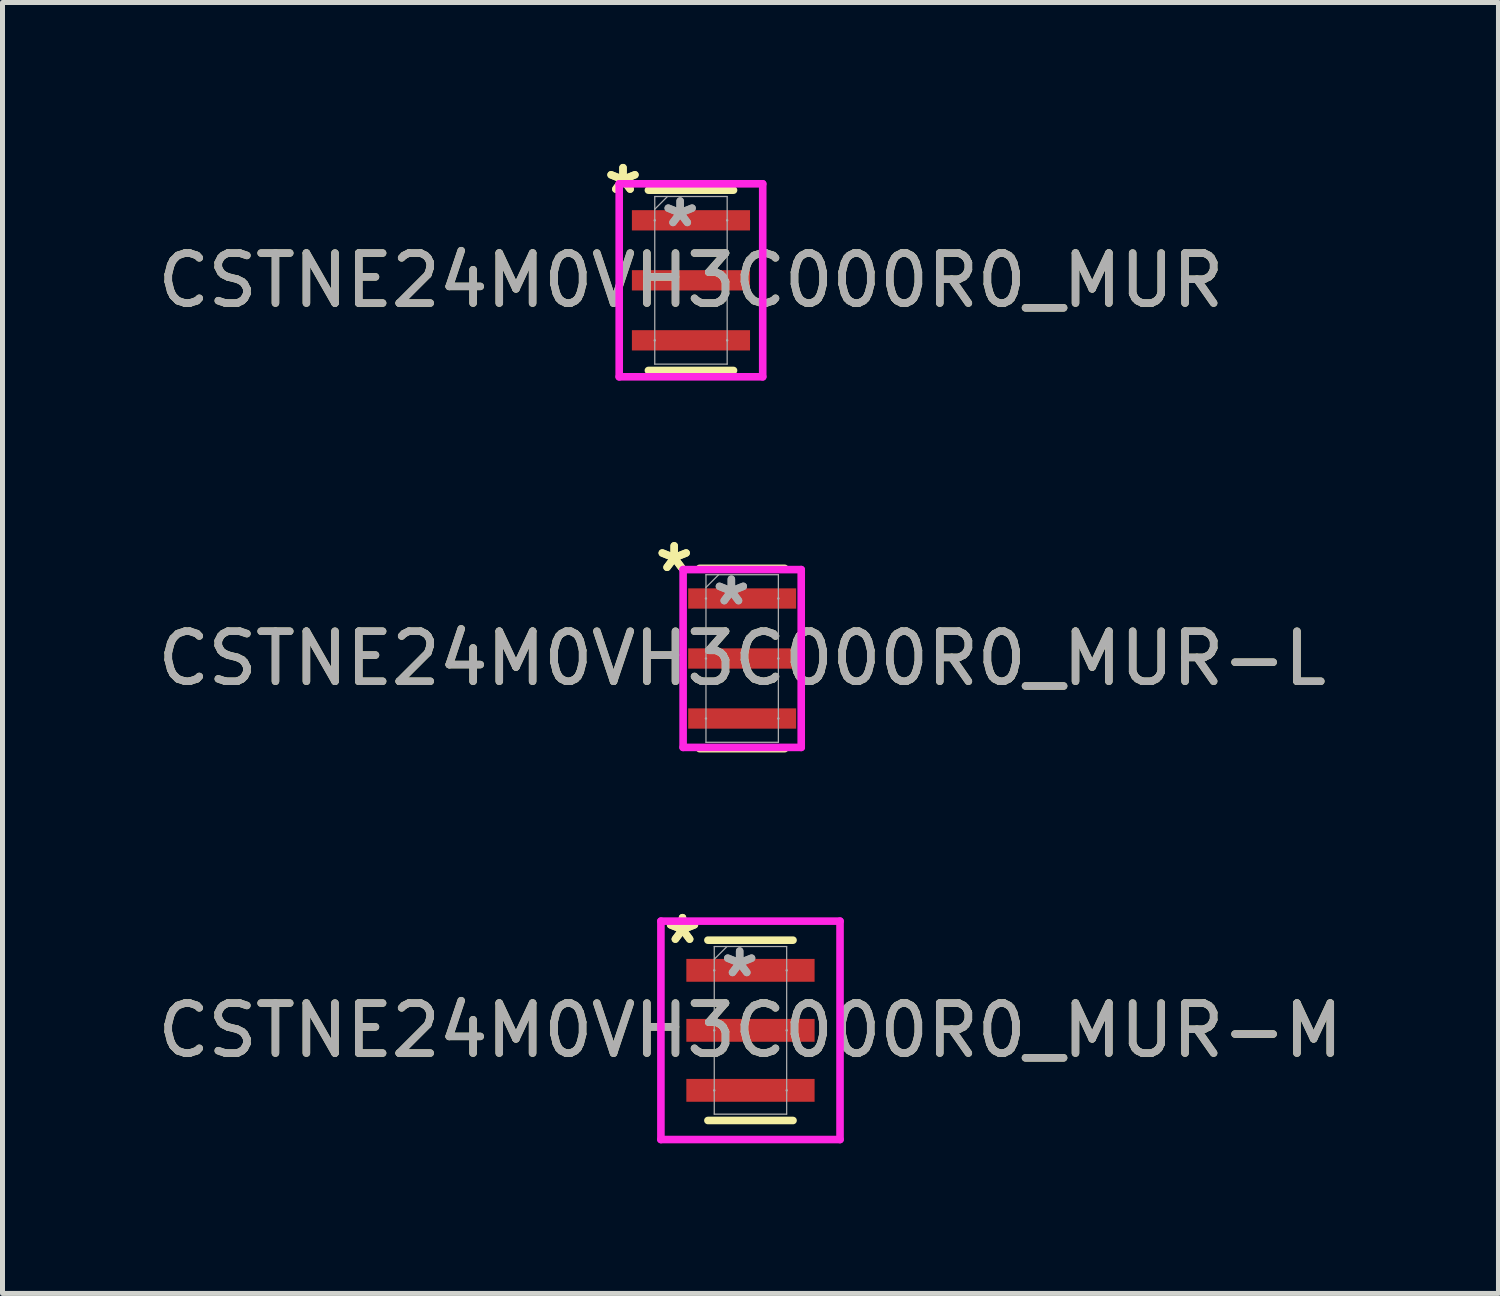
<source format=kicad_pcb>
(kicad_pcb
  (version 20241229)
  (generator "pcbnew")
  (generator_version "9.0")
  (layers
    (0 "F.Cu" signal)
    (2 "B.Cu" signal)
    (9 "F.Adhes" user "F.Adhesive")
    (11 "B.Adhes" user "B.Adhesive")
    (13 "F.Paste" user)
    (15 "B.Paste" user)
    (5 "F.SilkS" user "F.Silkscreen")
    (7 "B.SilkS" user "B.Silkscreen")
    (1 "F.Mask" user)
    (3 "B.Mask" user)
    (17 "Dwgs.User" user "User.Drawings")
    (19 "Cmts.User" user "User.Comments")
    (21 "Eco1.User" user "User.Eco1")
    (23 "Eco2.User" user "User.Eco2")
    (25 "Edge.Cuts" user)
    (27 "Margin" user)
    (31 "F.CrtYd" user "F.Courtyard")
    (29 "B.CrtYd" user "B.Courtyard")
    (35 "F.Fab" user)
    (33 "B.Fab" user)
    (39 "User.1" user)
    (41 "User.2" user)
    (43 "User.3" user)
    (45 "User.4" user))
  (footprint "CSTNE24M0VH3C000R0_MUR-L"
    (layer "F.Cu")
    (at 11.792 10.119)
    (property "Reference" "CSTNE24M0VH3C000R0_MUR-L" (at 0 0 0) (unlocked yes) (layer "F.SilkS") (effects (font (size 1 1) (thickness 0.15))))
    (attr smd)
    (fp_line (start -0.851 -1.803) (end 0.851 -1.803) (stroke (width 0.152) (type solid)) (layer "F.SilkS"))
    (fp_line (start -0.851 1.803) (end 0.851 1.803) (stroke (width 0.152) (type solid)) (layer "F.SilkS"))
    (fp_line (start -1.181 -1.778) (end 1.181 -1.778) (stroke (width 0.152) (type solid)) (layer "F.CrtYd"))
    (fp_line (start -1.181 1.778) (end -1.181 -1.778) (stroke (width 0.152) (type solid)) (layer "F.CrtYd"))
    (fp_line (start 1.181 -1.778) (end 1.181 1.778) (stroke (width 0.152) (type solid)) (layer "F.CrtYd"))
    (fp_line (start 1.181 1.778) (end -1.181 1.778) (stroke (width 0.152) (type solid)) (layer "F.CrtYd"))
    (fp_line (start -0.724 -1.676) (end 0.724 -1.676) (stroke (width 0.025) (type solid)) (layer "F.Fab"))
    (fp_line (start -0.724 -1.2) (end -0.724 -1.676) (stroke (width 0.025) (type solid)) (layer "F.Fab"))
    (fp_line (start -0.724 -1.2) (end -0.724 0) (stroke (width 0.025) (type solid)) (layer "F.Fab"))
    (fp_line (start -0.724 0) (end -0.724 1.2) (stroke (width 0.025) (type solid)) (layer "F.Fab"))
    (fp_line (start -0.724 1.2) (end -0.724 1.676) (stroke (width 0.025) (type solid)) (layer "F.Fab"))
    (fp_line (start -0.724 1.676) (end 0.724 1.676) (stroke (width 0.025) (type solid)) (layer "F.Fab"))
    (fp_line (start -0.47 -1.676) (end -0.724 -1.422) (stroke (width 0.025) (type solid)) (layer "F.Fab"))
    (fp_line (start 0.724 -1.2) (end 0.724 -1.676) (stroke (width 0.025) (type solid)) (layer "F.Fab"))
    (fp_line (start 0.724 -1.2) (end 0.724 0) (stroke (width 0.025) (type solid)) (layer "F.Fab"))
    (fp_line (start 0.724 0) (end 0.724 1.2) (stroke (width 0.025) (type solid)) (layer "F.Fab"))
    (fp_line (start 0.724 1.2) (end 0.724 1.676) (stroke (width 0.025) (type solid)) (layer "F.Fab"))
    (fp_arc (start -0.7239 -1.2) (mid -0.7239 -1.2) (end -0.7239 -1.2) (stroke (width 0.0254) (type solid)) (layer "F.Fab"))
    (fp_arc (start -0.7239 0) (mid -0.7239 0) (end -0.7239 0) (stroke (width 0.0254) (type solid)) (layer "F.Fab"))
    (fp_arc (start -0.7239 1.2) (mid -0.7239 1.2) (end -0.7239 1.2) (stroke (width 0.0254) (type solid)) (layer "F.Fab"))
    (fp_arc (start 0.7239 -1.2) (mid 0.7239 -1.2) (end 0.7239 -1.2) (stroke (width 0.0254) (type solid)) (layer "F.Fab"))
    (fp_arc (start 0.7239 0) (mid 0.7239 0) (end 0.7239 0) (stroke (width 0.0254) (type solid)) (layer "F.Fab"))
    (fp_arc (start 0.7239 1.2) (mid 0.7239 1.2) (end 0.7239 1.2) (stroke (width 0.0254) (type solid)) (layer "F.Fab"))
    (fp_text user "*" (at -1.359 -1.708 0) (unlocked yes) (layer "F.SilkS") (effects (font (size 1 1) (thickness 0.15))))
    (fp_text user "*" (at -1.359 -1.708 0) (layer "F.SilkS") (effects (font (size 1 1) (thickness 0.15))))
    (fp_text user "${REFERENCE}" (at 0 0 0) (unlocked yes) (layer "F.Fab") (effects (font (size 1 1) (thickness 0.15))))
    (fp_text user "*" (at -0.216 -1.041 0) (layer "F.Fab") (effects (font (size 1 1) (thickness 0.15))))
    (fp_text user "*" (at -0.216 -1.041 0) (unlocked yes) (layer "F.Fab") (effects (font (size 1 1) (thickness 0.15))))
    (pad "1" smd rect (at 0 -1.2) (size 2.159 0.406) (layers "F.Cu" "F.Mask" "F.Paste"))
    (pad "2" smd rect (at 0 0) (size 2.159 0.406) (layers "F.Cu" "F.Mask" "F.Paste"))
    (pad "3" smd rect (at 0 1.2) (size 2.159 0.406) (layers "F.Cu" "F.Mask" "F.Paste")))
  (footprint "CSTNE24M0VH3C000R0_MUR-M"
    (layer "F.Cu")
    (at 11.958 17.555)
    (property "Reference" "CSTNE24M0VH3C000R0_MUR-M" (at 0 0 0) (unlocked yes) (layer "F.SilkS") (effects (font (size 1 1) (thickness 0.15))))
    (attr smd)
    (fp_line (start -0.851 -1.803) (end 0.851 -1.803) (stroke (width 0.152) (type solid)) (layer "F.SilkS"))
    (fp_line (start -0.851 1.803) (end 0.851 1.803) (stroke (width 0.152) (type solid)) (layer "F.SilkS"))
    (fp_line (start -1.791 -2.184) (end 1.791 -2.184) (stroke (width 0.152) (type solid)) (layer "F.CrtYd"))
    (fp_line (start -1.791 2.184) (end -1.791 -2.184) (stroke (width 0.152) (type solid)) (layer "F.CrtYd"))
    (fp_line (start 1.791 -2.184) (end 1.791 2.184) (stroke (width 0.152) (type solid)) (layer "F.CrtYd"))
    (fp_line (start 1.791 2.184) (end -1.791 2.184) (stroke (width 0.152) (type solid)) (layer "F.CrtYd"))
    (fp_line (start -0.724 -1.676) (end 0.724 -1.676) (stroke (width 0.025) (type solid)) (layer "F.Fab"))
    (fp_line (start -0.724 -1.2) (end -0.724 -1.676) (stroke (width 0.025) (type solid)) (layer "F.Fab"))
    (fp_line (start -0.724 -1.2) (end -0.724 0) (stroke (width 0.025) (type solid)) (layer "F.Fab"))
    (fp_line (start -0.724 0) (end -0.724 1.2) (stroke (width 0.025) (type solid)) (layer "F.Fab"))
    (fp_line (start -0.724 1.2) (end -0.724 1.676) (stroke (width 0.025) (type solid)) (layer "F.Fab"))
    (fp_line (start -0.724 1.676) (end 0.724 1.676) (stroke (width 0.025) (type solid)) (layer "F.Fab"))
    (fp_line (start -0.47 -1.676) (end -0.724 -1.422) (stroke (width 0.025) (type solid)) (layer "F.Fab"))
    (fp_line (start 0.724 -1.2) (end 0.724 -1.676) (stroke (width 0.025) (type solid)) (layer "F.Fab"))
    (fp_line (start 0.724 -1.2) (end 0.724 0) (stroke (width 0.025) (type solid)) (layer "F.Fab"))
    (fp_line (start 0.724 0) (end 0.724 1.2) (stroke (width 0.025) (type solid)) (layer "F.Fab"))
    (fp_line (start 0.724 1.2) (end 0.724 1.676) (stroke (width 0.025) (type solid)) (layer "F.Fab"))
    (fp_arc (start -0.7239 -1.2) (mid -0.7239 -1.2) (end -0.7239 -1.2) (stroke (width 0.0254) (type solid)) (layer "F.Fab"))
    (fp_arc (start -0.7239 0) (mid -0.7239 0) (end -0.7239 0) (stroke (width 0.0254) (type solid)) (layer "F.Fab"))
    (fp_arc (start -0.7239 1.2) (mid -0.7239 1.2) (end -0.7239 1.2) (stroke (width 0.0254) (type solid)) (layer "F.Fab"))
    (fp_arc (start 0.7239 -1.2) (mid 0.7239 -1.2) (end 0.7239 -1.2) (stroke (width 0.0254) (type solid)) (layer "F.Fab"))
    (fp_arc (start 0.7239 0) (mid 0.7239 0) (end 0.7239 0) (stroke (width 0.0254) (type solid)) (layer "F.Fab"))
    (fp_arc (start 0.7239 1.2) (mid 0.7239 1.2) (end 0.7239 1.2) (stroke (width 0.0254) (type solid)) (layer "F.Fab"))
    (fp_text user "*" (at -1.359 -1.708 0) (layer "F.SilkS") (effects (font (size 1 1) (thickness 0.15))))
    (fp_text user "*" (at -1.359 -1.708 0) (unlocked yes) (layer "F.SilkS") (effects (font (size 1 1) (thickness 0.15))))
    (fp_text user "*" (at -0.216 -1.041 0) (unlocked yes) (layer "F.Fab") (effects (font (size 1 1) (thickness 0.15))))
    (fp_text user "${REFERENCE}" (at 0 0 0) (unlocked yes) (layer "F.Fab") (effects (font (size 1 1) (thickness 0.15))))
    (fp_text user "*" (at -0.216 -1.041 0) (layer "F.Fab") (effects (font (size 1 1) (thickness 0.15))))
    (pad "1" smd rect (at 0 -1.2) (size 2.565 0.457) (layers "F.Cu" "F.Mask" "F.Paste"))
    (pad "2" smd rect (at 0 0) (size 2.565 0.457) (layers "F.Cu" "F.Mask" "F.Paste"))
    (pad "3" smd rect (at 0 1.2) (size 2.565 0.457) (layers "F.Cu" "F.Mask" "F.Paste")))
  (footprint "CSTNE24M0VH3C000R0_MUR"
    (layer "F.Cu")
    (at 10.768 2.556)
    (property "Reference" "CSTNE24M0VH3C000R0_MUR" (at 0 0 0) (unlocked yes) (layer "F.SilkS") (effects (font (size 1 1) (thickness 0.15))))
    (attr smd)
    (fp_line (start -0.851 -1.803) (end 0.851 -1.803) (stroke (width 0.152) (type solid)) (layer "F.SilkS"))
    (fp_line (start -0.851 1.803) (end 0.851 1.803) (stroke (width 0.152) (type solid)) (layer "F.SilkS"))
    (fp_line (start -1.435 -1.93) (end 1.435 -1.93) (stroke (width 0.152) (type solid)) (layer "F.CrtYd"))
    (fp_line (start -1.435 1.93) (end -1.435 -1.93) (stroke (width 0.152) (type solid)) (layer "F.CrtYd"))
    (fp_line (start 1.435 -1.93) (end 1.435 1.93) (stroke (width 0.152) (type solid)) (layer "F.CrtYd"))
    (fp_line (start 1.435 1.93) (end -1.435 1.93) (stroke (width 0.152) (type solid)) (layer "F.CrtYd"))
    (fp_line (start -0.724 -1.676) (end 0.724 -1.676) (stroke (width 0.025) (type solid)) (layer "F.Fab"))
    (fp_line (start -0.724 -1.2) (end -0.724 -1.676) (stroke (width 0.025) (type solid)) (layer "F.Fab"))
    (fp_line (start -0.724 -1.2) (end -0.724 0) (stroke (width 0.025) (type solid)) (layer "F.Fab"))
    (fp_line (start -0.724 0) (end -0.724 1.2) (stroke (width 0.025) (type solid)) (layer "F.Fab"))
    (fp_line (start -0.724 1.2) (end -0.724 1.676) (stroke (width 0.025) (type solid)) (layer "F.Fab"))
    (fp_line (start -0.724 1.676) (end 0.724 1.676) (stroke (width 0.025) (type solid)) (layer "F.Fab"))
    (fp_line (start -0.47 -1.676) (end -0.724 -1.422) (stroke (width 0.025) (type solid)) (layer "F.Fab"))
    (fp_line (start 0.724 -1.2) (end 0.724 -1.676) (stroke (width 0.025) (type solid)) (layer "F.Fab"))
    (fp_line (start 0.724 -1.2) (end 0.724 0) (stroke (width 0.025) (type solid)) (layer "F.Fab"))
    (fp_line (start 0.724 0) (end 0.724 1.2) (stroke (width 0.025) (type solid)) (layer "F.Fab"))
    (fp_line (start 0.724 1.2) (end 0.724 1.676) (stroke (width 0.025) (type solid)) (layer "F.Fab"))
    (fp_arc (start -0.7239 -1.2) (mid -0.7239 -1.2) (end -0.7239 -1.2) (stroke (width 0.0254) (type solid)) (layer "F.Fab"))
    (fp_arc (start -0.7239 0) (mid -0.7239 0) (end -0.7239 0) (stroke (width 0.0254) (type solid)) (layer "F.Fab"))
    (fp_arc (start -0.7239 1.2) (mid -0.7239 1.2) (end -0.7239 1.2) (stroke (width 0.0254) (type solid)) (layer "F.Fab"))
    (fp_arc (start 0.7239 -1.2) (mid 0.7239 -1.2) (end 0.7239 -1.2) (stroke (width 0.0254) (type solid)) (layer "F.Fab"))
    (fp_arc (start 0.7239 0) (mid 0.7239 0) (end 0.7239 0) (stroke (width 0.0254) (type solid)) (layer "F.Fab"))
    (fp_arc (start 0.7239 1.2) (mid 0.7239 1.2) (end 0.7239 1.2) (stroke (width 0.0254) (type solid)) (layer "F.Fab"))
    (fp_text user "*" (at -1.359 -1.708 0) (layer "F.SilkS") (effects (font (size 1 1) (thickness 0.15))))
    (fp_text user "*" (at -1.359 -1.708 0) (unlocked yes) (layer "F.SilkS") (effects (font (size 1 1) (thickness 0.15))))
    (fp_text user "${REFERENCE}" (at 0 0 0) (unlocked yes) (layer "F.Fab") (effects (font (size 1 1) (thickness 0.15))))
    (fp_text user "*" (at -0.216 -1.041 0) (unlocked yes) (layer "F.Fab") (effects (font (size 1 1) (thickness 0.15))))
    (fp_text user "*" (at -0.216 -1.041 0) (layer "F.Fab") (effects (font (size 1 1) (thickness 0.15))))
    (pad "1" smd rect (at 0 -1.2) (size 2.362 0.406) (layers "F.Cu" "F.Mask" "F.Paste"))
    (pad "2" smd rect (at 0 0) (size 2.362 0.406) (layers "F.Cu" "F.Mask" "F.Paste"))
    (pad "3" smd rect (at 0 1.2) (size 2.362 0.406) (layers "F.Cu" "F.Mask" "F.Paste")))
  (gr_rect
    (start -3 -3)
    (end 26.917 22.816)
    (stroke (width 0.1) (type default))
    (fill no)
    (layer "Edge.Cuts")))
</source>
